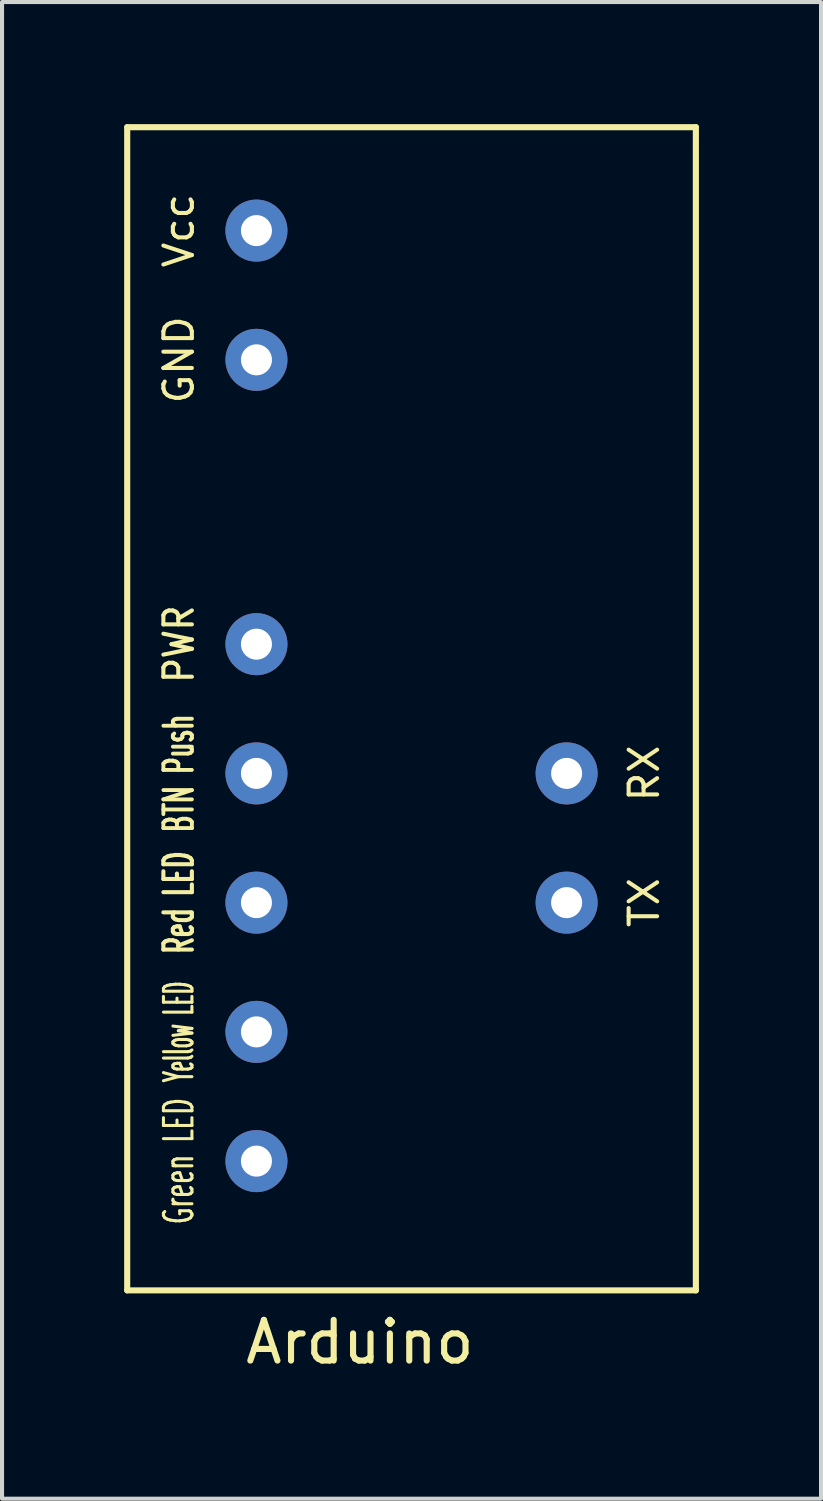
<source format=kicad_pcb>
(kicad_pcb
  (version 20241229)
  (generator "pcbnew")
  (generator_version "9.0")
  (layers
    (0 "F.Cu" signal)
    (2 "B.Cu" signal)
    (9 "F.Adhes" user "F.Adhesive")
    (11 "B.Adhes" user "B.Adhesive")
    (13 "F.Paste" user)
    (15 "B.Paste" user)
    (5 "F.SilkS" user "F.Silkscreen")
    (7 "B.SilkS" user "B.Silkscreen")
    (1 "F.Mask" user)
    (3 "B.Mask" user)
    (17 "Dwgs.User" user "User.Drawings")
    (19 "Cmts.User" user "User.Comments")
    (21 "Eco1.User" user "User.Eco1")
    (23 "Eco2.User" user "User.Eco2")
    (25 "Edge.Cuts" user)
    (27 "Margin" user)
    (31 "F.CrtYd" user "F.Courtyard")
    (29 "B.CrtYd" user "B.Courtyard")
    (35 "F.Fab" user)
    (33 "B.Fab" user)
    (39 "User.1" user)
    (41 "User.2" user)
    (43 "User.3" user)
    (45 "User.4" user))
  (footprint "Arduino"
    (layer "F.Cu")
    (at 5.79 15.95)
    (property "Reference" "Arduino" (at 0 13.97 0) (layer "F.SilkS") (effects (font (size 1 1) (thickness 0.15))))
    (attr through_hole)
    (fp_line (start -5.715 -15.875) (end -5.715 12.7) (stroke (width 0.15) (type solid)) (layer "F.SilkS"))
    (fp_line (start -5.715 12.7) (end 8.255 12.7) (stroke (width 0.15) (type solid)) (layer "F.SilkS"))
    (fp_line (start 8.255 -15.875) (end -5.715 -15.875) (stroke (width 0.15) (type solid)) (layer "F.SilkS"))
    (fp_line (start 8.255 12.7) (end 8.255 -15.875) (stroke (width 0.15) (type solid)) (layer "F.SilkS"))
    (fp_text user "RX" (at 6.985 0 90) (layer "F.SilkS") (effects (font (size 0.7 0.7) (thickness 0.1))))
    (fp_text user "TX" (at 6.985 3.175 90) (layer "F.SilkS") (effects (font (size 0.7 0.7) (thickness 0.1))))
    (fp_text user "Yellow LED" (at -4.445 6.35 90) (layer "F.SilkS") (effects (font (size 0.7 0.3) (thickness 0.075))))
    (fp_text user "BTN Push" (at -4.445 0 90) (layer "F.SilkS") (effects (font (size 0.7 0.4) (thickness 0.095))))
    (fp_text user "PWR" (at -4.445 -3.175 90) (layer "F.SilkS") (effects (font (size 0.7 0.6) (thickness 0.1))))
    (fp_text user "Red LED" (at -4.445 3.175 90) (layer "F.SilkS") (effects (font (size 0.7 0.4) (thickness 0.1))))
    (fp_text user "Green LED" (at -4.445 9.525 90) (layer "F.SilkS") (effects (font (size 0.7 0.4) (thickness 0.075))))
    (fp_text user "Vcc" (at -4.445 -13.335 90) (layer "F.SilkS") (effects (font (size 0.7 0.7) (thickness 0.1))))
    (fp_text user "GND" (at -4.445 -10.16 90) (layer "F.SilkS") (effects (font (size 0.7 0.7) (thickness 0.1))))
    (pad "0" thru_hole circle (at -2.54 -13.335) (size 1.524 1.524) (drill 0.762) (layers "*.Cu" "*.Mask"))
    (pad "1" thru_hole circle (at -2.54 -10.16) (size 1.524 1.524) (drill 0.762) (layers "*.Cu" "*.Mask"))
    (pad "2" thru_hole circle (at -2.54 -3.175) (size 1.524 1.524) (drill 0.762) (layers "*.Cu" "*.Mask"))
    (pad "3" thru_hole circle (at -2.54 0) (size 1.524 1.524) (drill 0.762) (layers "*.Cu" "*.Mask"))
    (pad "4" thru_hole circle (at -2.54 3.175) (size 1.524 1.524) (drill 0.762) (layers "*.Cu" "*.Mask"))
    (pad "5" thru_hole circle (at -2.54 6.35) (size 1.524 1.524) (drill 0.762) (layers "*.Cu" "*.Mask"))
    (pad "6" thru_hole circle (at -2.54 9.525) (size 1.524 1.524) (drill 0.762) (layers "*.Cu" "*.Mask"))
    (pad "7" thru_hole circle (at 5.08 0) (size 1.524 1.524) (drill 0.762) (layers "*.Cu" "*.Mask"))
    (pad "8" thru_hole circle (at 5.08 3.175) (size 1.524 1.524) (drill 0.762) (layers "*.Cu" "*.Mask")))
  (gr_rect
    (start -3 -3)
    (end 17.12 33.768)
    (stroke (width 0.1) (type default))
    (fill no)
    (layer "Edge.Cuts")))
</source>
